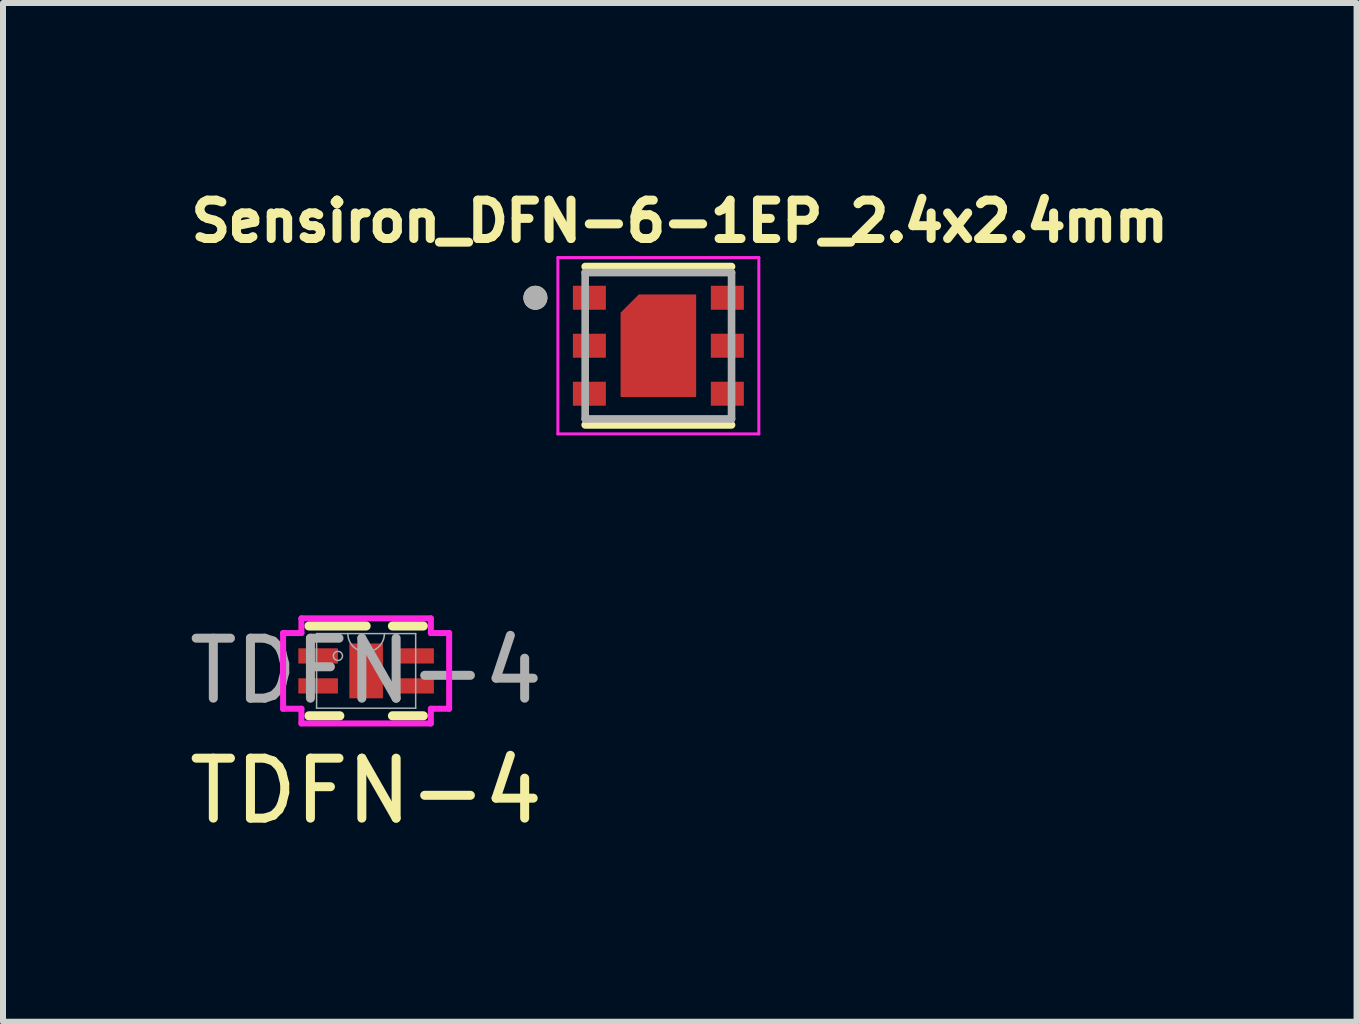
<source format=kicad_pcb>
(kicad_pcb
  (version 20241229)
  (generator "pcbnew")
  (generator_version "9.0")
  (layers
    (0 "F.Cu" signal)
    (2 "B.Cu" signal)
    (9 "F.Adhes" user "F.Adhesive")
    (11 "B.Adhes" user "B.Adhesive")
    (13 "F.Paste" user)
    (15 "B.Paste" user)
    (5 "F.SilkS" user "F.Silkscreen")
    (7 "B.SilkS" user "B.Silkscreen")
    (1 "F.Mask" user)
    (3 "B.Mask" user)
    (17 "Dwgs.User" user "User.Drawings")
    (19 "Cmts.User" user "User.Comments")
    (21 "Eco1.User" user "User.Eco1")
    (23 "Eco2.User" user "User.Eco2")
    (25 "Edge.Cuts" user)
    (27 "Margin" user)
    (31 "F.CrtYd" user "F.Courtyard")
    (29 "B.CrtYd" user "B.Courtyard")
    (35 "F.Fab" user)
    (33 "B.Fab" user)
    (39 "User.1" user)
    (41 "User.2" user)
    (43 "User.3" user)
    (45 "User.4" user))
  (footprint "TDFN-4"
    (layer "F.Cu")
    (at 3.054 8.135)
    (property "Reference" "TDFN-4" (at 0 2 0) (unlocked yes) (layer "F.SilkS") (effects (font (size 1 1) (thickness 0.15))))
    (attr smd)
    (fp_line (start -0.953 0.749) (end -0.439 0.749) (stroke (width 0.152) (type solid)) (layer "F.SilkS"))
    (fp_line (start 0 -0.749) (end -0.953 -0.749) (stroke (width 0.152) (type solid)) (layer "F.SilkS"))
    (fp_line (start 0.439 0.749) (end 0.953 0.749) (stroke (width 0.152) (type solid)) (layer "F.SilkS"))
    (fp_line (start 0.953 -0.749) (end 0.439 -0.749) (stroke (width 0.152) (type solid)) (layer "F.SilkS"))
    (fp_line (start -1.384 -0.631) (end -1.079 -0.631) (stroke (width 0.1) (type solid)) (layer "F.CrtYd"))
    (fp_line (start -1.384 0.631) (end -1.384 -0.631) (stroke (width 0.1) (type solid)) (layer "F.CrtYd"))
    (fp_line (start -1.384 0.631) (end -1.079 0.631) (stroke (width 0.1) (type solid)) (layer "F.CrtYd"))
    (fp_line (start -1.079 -0.876) (end 1.079 -0.876) (stroke (width 0.1) (type solid)) (layer "F.CrtYd"))
    (fp_line (start -1.079 -0.631) (end -1.079 -0.876) (stroke (width 0.1) (type solid)) (layer "F.CrtYd"))
    (fp_line (start -1.079 0.876) (end -1.079 0.631) (stroke (width 0.1) (type solid)) (layer "F.CrtYd"))
    (fp_line (start 1.079 -0.876) (end 1.079 -0.631) (stroke (width 0.1) (type solid)) (layer "F.CrtYd"))
    (fp_line (start 1.079 0.631) (end 1.079 0.876) (stroke (width 0.1) (type solid)) (layer "F.CrtYd"))
    (fp_line (start 1.079 0.876) (end -1.079 0.876) (stroke (width 0.1) (type solid)) (layer "F.CrtYd"))
    (fp_line (start 1.384 -0.631) (end 1.079 -0.631) (stroke (width 0.1) (type solid)) (layer "F.CrtYd"))
    (fp_line (start 1.384 -0.631) (end 1.384 0.631) (stroke (width 0.1) (type solid)) (layer "F.CrtYd"))
    (fp_line (start 1.384 0.631) (end 1.079 0.631) (stroke (width 0.1) (type solid)) (layer "F.CrtYd"))
    (fp_line (start -0.826 -0.622) (end -0.826 0.622) (stroke (width 0.025) (type solid)) (layer "F.Fab"))
    (fp_line (start -0.826 0.622) (end 0.826 0.622) (stroke (width 0.025) (type solid)) (layer "F.Fab"))
    (fp_line (start 0.826 -0.622) (end -0.826 -0.622) (stroke (width 0.025) (type solid)) (layer "F.Fab"))
    (fp_line (start 0.826 0.622) (end 0.826 -0.622) (stroke (width 0.025) (type solid)) (layer "F.Fab"))
    (fp_arc (start 0.3048 -0.6223) (mid 0 -0.3175) (end -0.3048 -0.6223) (stroke (width 0.0254) (type solid)) (layer "F.Fab"))
    (fp_circle (center -0.47 -0.25) (end -0.394 -0.25) (stroke (width 0.025) (type solid)) (fill no) (layer "F.Fab"))
    (fp_text user "${REFERENCE}" (at 0 0 0) (unlocked yes) (layer "F.Fab") (effects (font (size 1 1) (thickness 0.15))))
    (pad "1" smd rect (at -0.8 -0.25) (size 0.66 0.254) (layers "F.Cu" "F.Mask" "F.Paste"))
    (pad "2" smd rect (at -0.8 0.25) (size 0.66 0.254) (layers "F.Cu" "F.Mask" "F.Paste"))
    (pad "3" smd rect (at 0.8 0.25) (size 0.66 0.254) (layers "F.Cu" "F.Mask" "F.Paste"))
    (pad "4" smd rect (at 0.8 -0.25) (size 0.66 0.254) (layers "F.Cu" "F.Mask" "F.Paste"))
    (pad "5" smd rect (at 0 0) (size 0.559 0.914) (layers "F.Cu" "F.Mask" "F.Paste")))
  (footprint "Sensiron_DFN-6-1EP_2.4x2.4mm"
    (layer "F.Cu")
    (at 7.926 2.714)
    (property "Reference" "Sensiron_DFN-6-1EP_2.4x2.4mm" (at 0.357 -2.076 0) (layer "F.SilkS") (effects (font (size 0.64 0.64) (thickness 0.15))))
    (attr smd)
    (fp_poly (pts (xy -0.675 0.9) (xy -0.675 -0.58) (xy -0.355 -0.9) (xy 0.675 -0.9) (xy 0.675 0.9)) (stroke (width 0.01) (type solid)) (fill yes) (layer "F.Mask"))
    (fp_line (start -1.22 -1.32) (end 1.22 -1.32) (stroke (width 0.127) (type solid)) (layer "F.SilkS"))
    (fp_line (start 1.22 1.32) (end -1.22 1.32) (stroke (width 0.127) (type solid)) (layer "F.SilkS"))
    (fp_circle (center -2.05 -0.8) (end -1.95 -0.8) (stroke (width 0.2) (type solid)) (fill no) (layer "F.SilkS"))
    (fp_poly (pts (xy -0.225 -0.75) (xy 0.525 -0.75) (xy 0.525 0.75) (xy -0.525 0.75) (xy -0.525 -0.45)) (stroke (width 0.01) (type solid)) (fill yes) (layer "F.Paste"))
    (fp_line (start -1.675 -1.47) (end -1.675 1.47) (stroke (width 0.05) (type solid)) (layer "F.CrtYd"))
    (fp_line (start -1.675 1.47) (end 1.675 1.47) (stroke (width 0.05) (type solid)) (layer "F.CrtYd"))
    (fp_line (start 1.675 -1.47) (end -1.675 -1.47) (stroke (width 0.05) (type solid)) (layer "F.CrtYd"))
    (fp_line (start 1.675 1.47) (end 1.675 -1.47) (stroke (width 0.05) (type solid)) (layer "F.CrtYd"))
    (fp_line (start -1.22 -1.22) (end 1.22 -1.22) (stroke (width 0.127) (type solid)) (layer "F.Fab"))
    (fp_line (start -1.22 1.22) (end -1.22 -1.22) (stroke (width 0.127) (type solid)) (layer "F.Fab"))
    (fp_line (start 1.22 -1.22) (end 1.22 1.22) (stroke (width 0.127) (type solid)) (layer "F.Fab"))
    (fp_line (start 1.22 1.22) (end -1.22 1.22) (stroke (width 0.127) (type solid)) (layer "F.Fab"))
    (fp_circle (center -2.05 -0.8) (end -1.95 -0.8) (stroke (width 0.2) (type solid)) (fill no) (layer "F.Fab"))
    (pad "1" smd rect (at -1.15 -0.8) (size 0.55 0.4) (layers "F.Cu" "F.Mask" "F.Paste"))
    (pad "2" smd rect (at -1.15 0) (size 0.55 0.4) (layers "F.Cu" "F.Mask" "F.Paste"))
    (pad "3" smd rect (at -1.15 0.8) (size 0.55 0.4) (layers "F.Cu" "F.Mask" "F.Paste"))
    (pad "4" smd rect (at 1.15 0.8) (size 0.55 0.4) (layers "F.Cu" "F.Mask" "F.Paste"))
    (pad "5" smd rect (at 1.15 0) (size 0.55 0.4) (layers "F.Cu" "F.Mask" "F.Paste"))
    (pad "6" smd rect (at 1.15 -0.8) (size 0.55 0.4) (layers "F.Cu" "F.Mask" "F.Paste"))
    (pad "7" smd custom (at 0 0) (size 0.5 0.5) (layers "F.Cu") (options (anchor rect)) (primitives (gr_poly (pts (xy -0.325 -0.85) (xy 0.625 -0.85) (xy 0.625 0.85) (xy -0.625 0.85) (xy -0.625 -0.55)) (width 0.01) (fill yes)))))
  (gr_rect
    (start -3 -3)
    (end 19.566 13.984)
    (stroke (width 0.1) (type default))
    (fill no)
    (layer "Edge.Cuts")))
</source>
